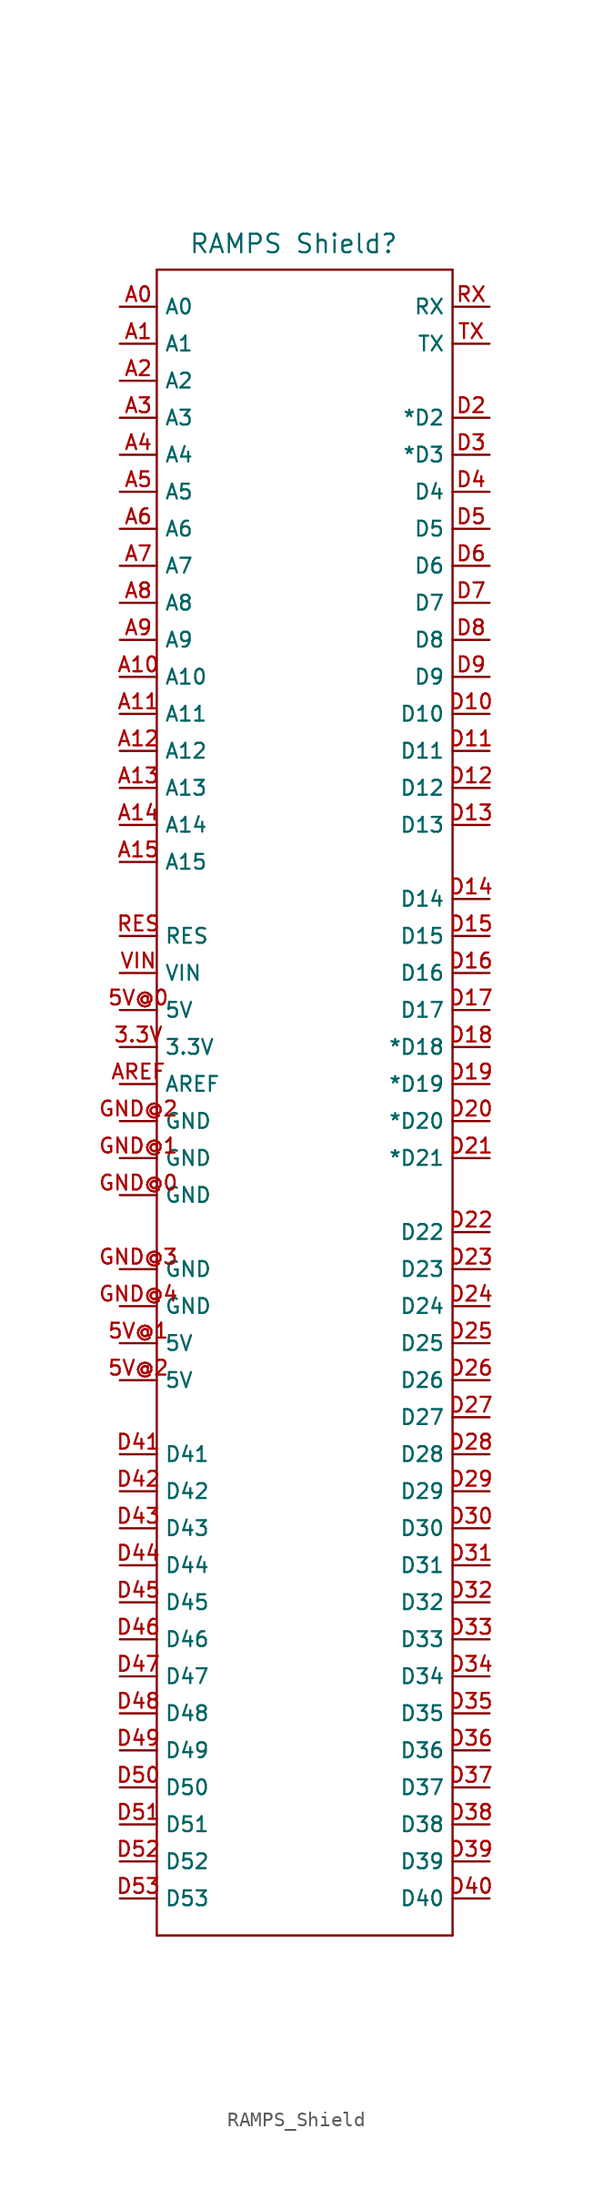
<source format=kicad_sym>
(kicad_symbol_lib
  (version 20231120)
  (generator "kicad_symbol_editor")
  (generator_version "8.0")
  (symbol "RAMPS_Shield"
    (property "Reference" "RAMPS Shield"
      (at 0.508 53.848 0)
      (effects (font (size 1.27 1.27))))
    (property "Value" ""
      (at -11.43 -58.42 0)
      (effects (font (size 1.27 1.27))))
    (symbol "RAMPS_Shield_1_0"
      (polyline (pts (xy -8.89 -62.23) (xy -8.89 52.07)) (stroke (width 0) (type solid)) (fill (type none)))
      (polyline (pts (xy -8.89 52.07) (xy 11.43 52.07)) (stroke (width 0) (type solid)) (fill (type none)))
      (polyline (pts (xy 11.43 -62.23) (xy -8.89 -62.23)) (stroke (width 0) (type solid)) (fill (type none)))
      (polyline (pts (xy 11.43 52.07) (xy 11.43 -62.23)) (stroke (width 0) (type solid)) (fill (type none))))
    (symbol "RAMPS_Shield_1_1"
      (pin bidirectional line (at -11.43 -1.27 0) (length 2.54) (name "3.3V" (effects (font (size 1.016 1.016)))) (number "3.3V" (effects (font (size 1.016 1.016)))))
      (pin power_in line (at -11.43 1.27 0) (length 2.54) (name "5V" (effects (font (size 1.016 1.016)))) (number "5V@0" (effects (font (size 1.016 1.016)))))
      (pin power_out line (at -11.43 -21.59 0) (length 2.54) (name "5V" (effects (font (size 1.016 1.016)))) (number "5V@1" (effects (font (size 1.016 1.016)))))
      (pin power_out line (at -11.43 -24.13 0) (length 2.54) (name "5V" (effects (font (size 1.016 1.016)))) (number "5V@2" (effects (font (size 1.016 1.016)))))
      (pin bidirectional line (at -11.43 49.53 0) (length 2.54) (name "A0" (effects (font (size 1.016 1.016)))) (number "A0" (effects (font (size 1.016 1.016)))))
      (pin bidirectional line (at -11.43 46.99 0) (length 2.54) (name "A1" (effects (font (size 1.016 1.016)))) (number "A1" (effects (font (size 1.016 1.016)))))
      (pin bidirectional line (at -11.43 24.13 0) (length 2.54) (name "A10" (effects (font (size 1.016 1.016)))) (number "A10" (effects (font (size 1.016 1.016)))))
      (pin bidirectional line (at -11.43 21.59 0) (length 2.54) (name "A11" (effects (font (size 1.016 1.016)))) (number "A11" (effects (font (size 1.016 1.016)))))
      (pin bidirectional line (at -11.43 19.05 0) (length 2.54) (name "A12" (effects (font (size 1.016 1.016)))) (number "A12" (effects (font (size 1.016 1.016)))))
      (pin bidirectional line (at -11.43 16.51 0) (length 2.54) (name "A13" (effects (font (size 1.016 1.016)))) (number "A13" (effects (font (size 1.016 1.016)))))
      (pin bidirectional line (at -11.43 13.97 0) (length 2.54) (name "A14" (effects (font (size 1.016 1.016)))) (number "A14" (effects (font (size 1.016 1.016)))))
      (pin bidirectional line (at -11.43 11.43 0) (length 2.54) (name "A15" (effects (font (size 1.016 1.016)))) (number "A15" (effects (font (size 1.016 1.016)))))
      (pin bidirectional line (at -11.43 44.45 0) (length 2.54) (name "A2" (effects (font (size 1.016 1.016)))) (number "A2" (effects (font (size 1.016 1.016)))))
      (pin bidirectional line (at -11.43 41.91 0) (length 2.54) (name "A3" (effects (font (size 1.016 1.016)))) (number "A3" (effects (font (size 1.016 1.016)))))
      (pin bidirectional line (at -11.43 39.37 0) (length 2.54) (name "A4" (effects (font (size 1.016 1.016)))) (number "A4" (effects (font (size 1.016 1.016)))))
      (pin bidirectional line (at -11.43 36.83 0) (length 2.54) (name "A5" (effects (font (size 1.016 1.016)))) (number "A5" (effects (font (size 1.016 1.016)))))
      (pin bidirectional line (at -11.43 34.29 0) (length 2.54) (name "A6" (effects (font (size 1.016 1.016)))) (number "A6" (effects (font (size 1.016 1.016)))))
      (pin bidirectional line (at -11.43 31.75 0) (length 2.54) (name "A7" (effects (font (size 1.016 1.016)))) (number "A7" (effects (font (size 1.016 1.016)))))
      (pin bidirectional line (at -11.43 29.21 0) (length 2.54) (name "A8" (effects (font (size 1.016 1.016)))) (number "A8" (effects (font (size 1.016 1.016)))))
      (pin bidirectional line (at -11.43 26.67 0) (length 2.54) (name "A9" (effects (font (size 1.016 1.016)))) (number "A9" (effects (font (size 1.016 1.016)))))
      (pin bidirectional line (at -11.43 -3.81 0) (length 2.54) (name "AREF" (effects (font (size 1.016 1.016)))) (number "AREF" (effects (font (size 1.016 1.016)))))
      (pin bidirectional line (at 13.97 21.59 180) (length 2.54) (name "D10" (effects (font (size 1.016 1.016)))) (number "D10" (effects (font (size 1.016 1.016)))))
      (pin bidirectional line (at 13.97 19.05 180) (length 2.54) (name "D11" (effects (font (size 1.016 1.016)))) (number "D11" (effects (font (size 1.016 1.016)))))
      (pin bidirectional line (at 13.97 16.51 180) (length 2.54) (name "D12" (effects (font (size 1.016 1.016)))) (number "D12" (effects (font (size 1.016 1.016)))))
      (pin bidirectional line (at 13.97 13.97 180) (length 2.54) (name "D13" (effects (font (size 1.016 1.016)))) (number "D13" (effects (font (size 1.016 1.016)))))
      (pin bidirectional line (at 13.97 8.89 180) (length 2.54) (name "D14" (effects (font (size 1.016 1.016)))) (number "D14" (effects (font (size 1.016 1.016)))))
      (pin bidirectional line (at 13.97 6.35 180) (length 2.54) (name "D15" (effects (font (size 1.016 1.016)))) (number "D15" (effects (font (size 1.016 1.016)))))
      (pin bidirectional line (at 13.97 3.81 180) (length 2.54) (name "D16" (effects (font (size 1.016 1.016)))) (number "D16" (effects (font (size 1.016 1.016)))))
      (pin bidirectional line (at 13.97 1.27 180) (length 2.54) (name "D17" (effects (font (size 1.016 1.016)))) (number "D17" (effects (font (size 1.016 1.016)))))
      (pin bidirectional line (at 13.97 -1.27 180) (length 2.54) (name "*D18" (effects (font (size 1.016 1.016)))) (number "D18" (effects (font (size 1.016 1.016)))))
      (pin bidirectional line (at 13.97 -3.81 180) (length 2.54) (name "*D19" (effects (font (size 1.016 1.016)))) (number "D19" (effects (font (size 1.016 1.016)))))
      (pin bidirectional line (at 13.97 41.91 180) (length 2.54) (name "*D2" (effects (font (size 1.016 1.016)))) (number "D2" (effects (font (size 1.016 1.016)))))
      (pin bidirectional line (at 13.97 -6.35 180) (length 2.54) (name "*D20" (effects (font (size 1.016 1.016)))) (number "D20" (effects (font (size 1.016 1.016)))))
      (pin bidirectional line (at 13.97 -8.89 180) (length 2.54) (name "*D21" (effects (font (size 1.016 1.016)))) (number "D21" (effects (font (size 1.016 1.016)))))
      (pin bidirectional line (at 13.97 -13.97 180) (length 2.54) (name "D22" (effects (font (size 1.016 1.016)))) (number "D22" (effects (font (size 1.016 1.016)))))
      (pin bidirectional line (at 13.97 -16.51 180) (length 2.54) (name "D23" (effects (font (size 1.016 1.016)))) (number "D23" (effects (font (size 1.016 1.016)))))
      (pin bidirectional line (at 13.97 -19.05 180) (length 2.54) (name "D24" (effects (font (size 1.016 1.016)))) (number "D24" (effects (font (size 1.016 1.016)))))
      (pin bidirectional line (at 13.97 -21.59 180) (length 2.54) (name "D25" (effects (font (size 1.016 1.016)))) (number "D25" (effects (font (size 1.016 1.016)))))
      (pin bidirectional line (at 13.97 -24.13 180) (length 2.54) (name "D26" (effects (font (size 1.016 1.016)))) (number "D26" (effects (font (size 1.016 1.016)))))
      (pin bidirectional line (at 13.97 -26.67 180) (length 2.54) (name "D27" (effects (font (size 1.016 1.016)))) (number "D27" (effects (font (size 1.016 1.016)))))
      (pin bidirectional line (at 13.97 -29.21 180) (length 2.54) (name "D28" (effects (font (size 1.016 1.016)))) (number "D28" (effects (font (size 1.016 1.016)))))
      (pin bidirectional line (at 13.97 -31.75 180) (length 2.54) (name "D29" (effects (font (size 1.016 1.016)))) (number "D29" (effects (font (size 1.016 1.016)))))
      (pin bidirectional line (at 13.97 39.37 180) (length 2.54) (name "*D3" (effects (font (size 1.016 1.016)))) (number "D3" (effects (font (size 1.016 1.016)))))
      (pin bidirectional line (at 13.97 -34.29 180) (length 2.54) (name "D30" (effects (font (size 1.016 1.016)))) (number "D30" (effects (font (size 1.016 1.016)))))
      (pin bidirectional line (at 13.97 -36.83 180) (length 2.54) (name "D31" (effects (font (size 1.016 1.016)))) (number "D31" (effects (font (size 1.016 1.016)))))
      (pin bidirectional line (at 13.97 -39.37 180) (length 2.54) (name "D32" (effects (font (size 1.016 1.016)))) (number "D32" (effects (font (size 1.016 1.016)))))
      (pin bidirectional line (at 13.97 -41.91 180) (length 2.54) (name "D33" (effects (font (size 1.016 1.016)))) (number "D33" (effects (font (size 1.016 1.016)))))
      (pin bidirectional line (at 13.97 -44.45 180) (length 2.54) (name "D34" (effects (font (size 1.016 1.016)))) (number "D34" (effects (font (size 1.016 1.016)))))
      (pin bidirectional line (at 13.97 -46.99 180) (length 2.54) (name "D35" (effects (font (size 1.016 1.016)))) (number "D35" (effects (font (size 1.016 1.016)))))
      (pin bidirectional line (at 13.97 -49.53 180) (length 2.54) (name "D36" (effects (font (size 1.016 1.016)))) (number "D36" (effects (font (size 1.016 1.016)))))
      (pin bidirectional line (at 13.97 -52.07 180) (length 2.54) (name "D37" (effects (font (size 1.016 1.016)))) (number "D37" (effects (font (size 1.016 1.016)))))
      (pin bidirectional line (at 13.97 -54.61 180) (length 2.54) (name "D38" (effects (font (size 1.016 1.016)))) (number "D38" (effects (font (size 1.016 1.016)))))
      (pin bidirectional line (at 13.97 -57.15 180) (length 2.54) (name "D39" (effects (font (size 1.016 1.016)))) (number "D39" (effects (font (size 1.016 1.016)))))
      (pin bidirectional line (at 13.97 36.83 180) (length 2.54) (name "D4" (effects (font (size 1.016 1.016)))) (number "D4" (effects (font (size 1.016 1.016)))))
      (pin bidirectional line (at 13.97 -59.69 180) (length 2.54) (name "D40" (effects (font (size 1.016 1.016)))) (number "D40" (effects (font (size 1.016 1.016)))))
      (pin bidirectional line (at -11.43 -29.21 0) (length 2.54) (name "D41" (effects (font (size 1.016 1.016)))) (number "D41" (effects (font (size 1.016 1.016)))))
      (pin bidirectional line (at -11.43 -31.75 0) (length 2.54) (name "D42" (effects (font (size 1.016 1.016)))) (number "D42" (effects (font (size 1.016 1.016)))))
      (pin bidirectional line (at -11.43 -34.29 0) (length 2.54) (name "D43" (effects (font (size 1.016 1.016)))) (number "D43" (effects (font (size 1.016 1.016)))))
      (pin bidirectional line (at -11.43 -36.83 0) (length 2.54) (name "D44" (effects (font (size 1.016 1.016)))) (number "D44" (effects (font (size 1.016 1.016)))))
      (pin bidirectional line (at -11.43 -39.37 0) (length 2.54) (name "D45" (effects (font (size 1.016 1.016)))) (number "D45" (effects (font (size 1.016 1.016)))))
      (pin bidirectional line (at -11.43 -41.91 0) (length 2.54) (name "D46" (effects (font (size 1.016 1.016)))) (number "D46" (effects (font (size 1.016 1.016)))))
      (pin bidirectional line (at -11.43 -44.45 0) (length 2.54) (name "D47" (effects (font (size 1.016 1.016)))) (number "D47" (effects (font (size 1.016 1.016)))))
      (pin bidirectional line (at -11.43 -46.99 0) (length 2.54) (name "D48" (effects (font (size 1.016 1.016)))) (number "D48" (effects (font (size 1.016 1.016)))))
      (pin bidirectional line (at -11.43 -49.53 0) (length 2.54) (name "D49" (effects (font (size 1.016 1.016)))) (number "D49" (effects (font (size 1.016 1.016)))))
      (pin bidirectional line (at 13.97 34.29 180) (length 2.54) (name "D5" (effects (font (size 1.016 1.016)))) (number "D5" (effects (font (size 1.016 1.016)))))
      (pin bidirectional line (at -11.43 -52.07 0) (length 2.54) (name "D50" (effects (font (size 1.016 1.016)))) (number "D50" (effects (font (size 1.016 1.016)))))
      (pin bidirectional line (at -11.43 -54.61 0) (length 2.54) (name "D51" (effects (font (size 1.016 1.016)))) (number "D51" (effects (font (size 1.016 1.016)))))
      (pin bidirectional line (at -11.43 -57.15 0) (length 2.54) (name "D52" (effects (font (size 1.016 1.016)))) (number "D52" (effects (font (size 1.016 1.016)))))
      (pin bidirectional line (at -11.43 -59.69 0) (length 2.54) (name "D53" (effects (font (size 1.016 1.016)))) (number "D53" (effects (font (size 1.016 1.016)))))
      (pin bidirectional line (at 13.97 31.75 180) (length 2.54) (name "D6" (effects (font (size 1.016 1.016)))) (number "D6" (effects (font (size 1.016 1.016)))))
      (pin bidirectional line (at 13.97 29.21 180) (length 2.54) (name "D7" (effects (font (size 1.016 1.016)))) (number "D7" (effects (font (size 1.016 1.016)))))
      (pin bidirectional line (at 13.97 26.67 180) (length 2.54) (name "D8" (effects (font (size 1.016 1.016)))) (number "D8" (effects (font (size 1.016 1.016)))))
      (pin bidirectional line (at 13.97 24.13 180) (length 2.54) (name "D9" (effects (font (size 1.016 1.016)))) (number "D9" (effects (font (size 1.016 1.016)))))
      (pin power_out line (at -11.43 -11.43 0) (length 2.54) (name "GND" (effects (font (size 1.016 1.016)))) (number "GND@0" (effects (font (size 1.016 1.016)))))
      (pin power_out line (at -11.43 -8.89 0) (length 2.54) (name "GND" (effects (font (size 1.016 1.016)))) (number "GND@1" (effects (font (size 1.016 1.016)))))
      (pin power_out line (at -11.43 -6.35 0) (length 2.54) (name "GND" (effects (font (size 1.016 1.016)))) (number "GND@2" (effects (font (size 1.016 1.016)))))
      (pin power_out line (at -11.43 -16.51 0) (length 2.54) (name "GND" (effects (font (size 1.016 1.016)))) (number "GND@3" (effects (font (size 1.016 1.016)))))
      (pin power_out line (at -11.43 -19.05 0) (length 2.54) (name "GND" (effects (font (size 1.016 1.016)))) (number "GND@4" (effects (font (size 1.016 1.016)))))
      (pin bidirectional line (at -11.43 6.35 0) (length 2.54) (name "RES" (effects (font (size 1.016 1.016)))) (number "RES" (effects (font (size 1.016 1.016)))))
      (pin bidirectional line (at 13.97 49.53 180) (length 2.54) (name "RX" (effects (font (size 1.016 1.016)))) (number "RX" (effects (font (size 1.016 1.016)))))
      (pin bidirectional line (at 13.97 46.99 180) (length 2.54) (name "TX" (effects (font (size 1.016 1.016)))) (number "TX" (effects (font (size 1.016 1.016)))))
      (pin bidirectional line (at -11.43 3.81 0) (length 2.54) (name "VIN" (effects (font (size 1.016 1.016)))) (number "VIN" (effects (font (size 1.016 1.016))))))))
</source>
